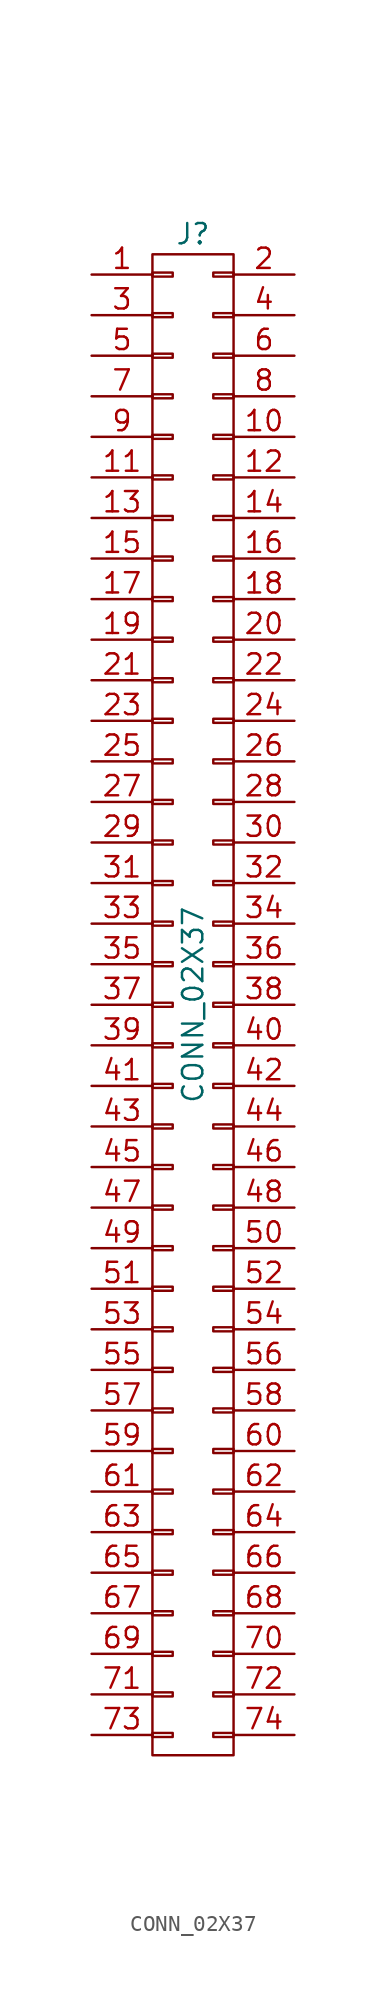
<source format=kicad_sym>
(kicad_symbol_lib
  (version 20211014)
  (generator kicad_symbol_editor)
  (symbol "CONN_02X37"
    (pin_names
      (offset 0.025) hide)
    (property "Reference" "J"
      (at 0 48.26 0)
      (effects (font (size 1.27 1.27))))
    (property "Value" "CONN_02X37"
      (at 0 0 90)
      (effects (font (size 1.27 1.27))))
    (symbol "CONN_02X37_0_1"
      (rectangle (start -2.54 -45.593) (end -1.27 -45.847) (stroke (width 0) (type default) (color 0 0 0 0)) (fill (type none)))
      (rectangle (start -2.54 -43.053) (end -1.27 -43.307) (stroke (width 0) (type default) (color 0 0 0 0)) (fill (type none)))
      (rectangle (start -2.54 -40.513) (end -1.27 -40.767) (stroke (width 0) (type default) (color 0 0 0 0)) (fill (type none)))
      (rectangle (start -2.54 -37.973) (end -1.27 -38.227) (stroke (width 0) (type default) (color 0 0 0 0)) (fill (type none)))
      (rectangle (start -2.54 -35.433) (end -1.27 -35.687) (stroke (width 0) (type default) (color 0 0 0 0)) (fill (type none)))
      (rectangle (start -2.54 -32.893) (end -1.27 -33.147) (stroke (width 0) (type default) (color 0 0 0 0)) (fill (type none)))
      (rectangle (start -2.54 -30.353) (end -1.27 -30.607) (stroke (width 0) (type default) (color 0 0 0 0)) (fill (type none)))
      (rectangle (start -2.54 -27.813) (end -1.27 -28.067) (stroke (width 0) (type default) (color 0 0 0 0)) (fill (type none)))
      (rectangle (start -2.54 -25.273) (end -1.27 -25.527) (stroke (width 0) (type default) (color 0 0 0 0)) (fill (type none)))
      (rectangle (start -2.54 -22.733) (end -1.27 -22.987) (stroke (width 0) (type default) (color 0 0 0 0)) (fill (type none)))
      (rectangle (start -2.54 -20.193) (end -1.27 -20.447) (stroke (width 0) (type default) (color 0 0 0 0)) (fill (type none)))
      (rectangle (start -2.54 -17.653) (end -1.27 -17.907) (stroke (width 0) (type default) (color 0 0 0 0)) (fill (type none)))
      (rectangle (start -2.54 -15.113) (end -1.27 -15.367) (stroke (width 0) (type default) (color 0 0 0 0)) (fill (type none)))
      (rectangle (start -2.54 -12.573) (end -1.27 -12.827) (stroke (width 0) (type default) (color 0 0 0 0)) (fill (type none)))
      (rectangle (start -2.54 -10.033) (end -1.27 -10.287) (stroke (width 0) (type default) (color 0 0 0 0)) (fill (type none)))
      (rectangle (start -2.54 -7.493) (end -1.27 -7.747) (stroke (width 0) (type default) (color 0 0 0 0)) (fill (type none)))
      (rectangle (start -2.54 -4.953) (end -1.27 -5.207) (stroke (width 0) (type default) (color 0 0 0 0)) (fill (type none)))
      (rectangle (start -2.54 -2.413) (end -1.27 -2.667) (stroke (width 0) (type default) (color 0 0 0 0)) (fill (type none)))
      (rectangle (start -2.54 0.127) (end -1.27 -0.127) (stroke (width 0) (type default) (color 0 0 0 0)) (fill (type none)))
      (rectangle (start -2.54 2.667) (end -1.27 2.413) (stroke (width 0) (type default) (color 0 0 0 0)) (fill (type none)))
      (rectangle (start -2.54 5.207) (end -1.27 4.953) (stroke (width 0) (type default) (color 0 0 0 0)) (fill (type none)))
      (rectangle (start -2.54 7.747) (end -1.27 7.493) (stroke (width 0) (type default) (color 0 0 0 0)) (fill (type none)))
      (rectangle (start -2.54 10.287) (end -1.27 10.033) (stroke (width 0) (type default) (color 0 0 0 0)) (fill (type none)))
      (rectangle (start -2.54 12.827) (end -1.27 12.573) (stroke (width 0) (type default) (color 0 0 0 0)) (fill (type none)))
      (rectangle (start -2.54 15.367) (end -1.27 15.113) (stroke (width 0) (type default) (color 0 0 0 0)) (fill (type none)))
      (rectangle (start -2.54 17.907) (end -1.27 17.653) (stroke (width 0) (type default) (color 0 0 0 0)) (fill (type none)))
      (rectangle (start -2.54 20.447) (end -1.27 20.193) (stroke (width 0) (type default) (color 0 0 0 0)) (fill (type none)))
      (rectangle (start -2.54 22.987) (end -1.27 22.733) (stroke (width 0) (type default) (color 0 0 0 0)) (fill (type none)))
      (rectangle (start -2.54 25.527) (end -1.27 25.273) (stroke (width 0) (type default) (color 0 0 0 0)) (fill (type none)))
      (rectangle (start -2.54 28.067) (end -1.27 27.813) (stroke (width 0) (type default) (color 0 0 0 0)) (fill (type none)))
      (rectangle (start -2.54 30.607) (end -1.27 30.353) (stroke (width 0) (type default) (color 0 0 0 0)) (fill (type none)))
      (rectangle (start -2.54 33.147) (end -1.27 32.893) (stroke (width 0) (type default) (color 0 0 0 0)) (fill (type none)))
      (rectangle (start -2.54 35.687) (end -1.27 35.433) (stroke (width 0) (type default) (color 0 0 0 0)) (fill (type none)))
      (rectangle (start -2.54 38.227) (end -1.27 37.973) (stroke (width 0) (type default) (color 0 0 0 0)) (fill (type none)))
      (rectangle (start -2.54 40.767) (end -1.27 40.513) (stroke (width 0) (type default) (color 0 0 0 0)) (fill (type none)))
      (rectangle (start -2.54 43.307) (end -1.27 43.053) (stroke (width 0) (type default) (color 0 0 0 0)) (fill (type none)))
      (rectangle (start -2.54 45.847) (end -1.27 45.593) (stroke (width 0) (type default) (color 0 0 0 0)) (fill (type none)))
      (rectangle (start -2.54 46.99) (end 2.54 -46.99) (stroke (width 0) (type default) (color 0 0 0 0)) (fill (type none)))
      (rectangle (start 1.27 -45.593) (end 2.54 -45.847) (stroke (width 0) (type default) (color 0 0 0 0)) (fill (type none)))
      (rectangle (start 1.27 -43.053) (end 2.54 -43.307) (stroke (width 0) (type default) (color 0 0 0 0)) (fill (type none)))
      (rectangle (start 1.27 -40.513) (end 2.54 -40.767) (stroke (width 0) (type default) (color 0 0 0 0)) (fill (type none)))
      (rectangle (start 1.27 -37.973) (end 2.54 -38.227) (stroke (width 0) (type default) (color 0 0 0 0)) (fill (type none)))
      (rectangle (start 1.27 -35.433) (end 2.54 -35.687) (stroke (width 0) (type default) (color 0 0 0 0)) (fill (type none)))
      (rectangle (start 1.27 -32.893) (end 2.54 -33.147) (stroke (width 0) (type default) (color 0 0 0 0)) (fill (type none)))
      (rectangle (start 1.27 -30.353) (end 2.54 -30.607) (stroke (width 0) (type default) (color 0 0 0 0)) (fill (type none)))
      (rectangle (start 1.27 -27.813) (end 2.54 -28.067) (stroke (width 0) (type default) (color 0 0 0 0)) (fill (type none)))
      (rectangle (start 1.27 -25.273) (end 2.54 -25.527) (stroke (width 0) (type default) (color 0 0 0 0)) (fill (type none)))
      (rectangle (start 1.27 -22.733) (end 2.54 -22.987) (stroke (width 0) (type default) (color 0 0 0 0)) (fill (type none)))
      (rectangle (start 1.27 -20.193) (end 2.54 -20.447) (stroke (width 0) (type default) (color 0 0 0 0)) (fill (type none)))
      (rectangle (start 1.27 -17.653) (end 2.54 -17.907) (stroke (width 0) (type default) (color 0 0 0 0)) (fill (type none)))
      (rectangle (start 1.27 -15.113) (end 2.54 -15.367) (stroke (width 0) (type default) (color 0 0 0 0)) (fill (type none)))
      (rectangle (start 1.27 -12.573) (end 2.54 -12.827) (stroke (width 0) (type default) (color 0 0 0 0)) (fill (type none)))
      (rectangle (start 1.27 -10.033) (end 2.54 -10.287) (stroke (width 0) (type default) (color 0 0 0 0)) (fill (type none)))
      (rectangle (start 1.27 -7.493) (end 2.54 -7.747) (stroke (width 0) (type default) (color 0 0 0 0)) (fill (type none)))
      (rectangle (start 1.27 -4.953) (end 2.54 -5.207) (stroke (width 0) (type default) (color 0 0 0 0)) (fill (type none)))
      (rectangle (start 1.27 -2.413) (end 2.54 -2.667) (stroke (width 0) (type default) (color 0 0 0 0)) (fill (type none)))
      (rectangle (start 1.27 0.127) (end 2.54 -0.127) (stroke (width 0) (type default) (color 0 0 0 0)) (fill (type none)))
      (rectangle (start 1.27 2.667) (end 2.54 2.413) (stroke (width 0) (type default) (color 0 0 0 0)) (fill (type none)))
      (rectangle (start 1.27 5.207) (end 2.54 4.953) (stroke (width 0) (type default) (color 0 0 0 0)) (fill (type none)))
      (rectangle (start 1.27 7.747) (end 2.54 7.493) (stroke (width 0) (type default) (color 0 0 0 0)) (fill (type none)))
      (rectangle (start 1.27 10.287) (end 2.54 10.033) (stroke (width 0) (type default) (color 0 0 0 0)) (fill (type none)))
      (rectangle (start 1.27 12.827) (end 2.54 12.573) (stroke (width 0) (type default) (color 0 0 0 0)) (fill (type none)))
      (rectangle (start 1.27 15.367) (end 2.54 15.113) (stroke (width 0) (type default) (color 0 0 0 0)) (fill (type none)))
      (rectangle (start 1.27 17.907) (end 2.54 17.653) (stroke (width 0) (type default) (color 0 0 0 0)) (fill (type none)))
      (rectangle (start 1.27 20.447) (end 2.54 20.193) (stroke (width 0) (type default) (color 0 0 0 0)) (fill (type none)))
      (rectangle (start 1.27 22.987) (end 2.54 22.733) (stroke (width 0) (type default) (color 0 0 0 0)) (fill (type none)))
      (rectangle (start 1.27 25.527) (end 2.54 25.273) (stroke (width 0) (type default) (color 0 0 0 0)) (fill (type none)))
      (rectangle (start 1.27 28.067) (end 2.54 27.813) (stroke (width 0) (type default) (color 0 0 0 0)) (fill (type none)))
      (rectangle (start 1.27 30.607) (end 2.54 30.353) (stroke (width 0) (type default) (color 0 0 0 0)) (fill (type none)))
      (rectangle (start 1.27 33.147) (end 2.54 32.893) (stroke (width 0) (type default) (color 0 0 0 0)) (fill (type none)))
      (rectangle (start 1.27 35.687) (end 2.54 35.433) (stroke (width 0) (type default) (color 0 0 0 0)) (fill (type none)))
      (rectangle (start 1.27 38.227) (end 2.54 37.973) (stroke (width 0) (type default) (color 0 0 0 0)) (fill (type none)))
      (rectangle (start 1.27 40.767) (end 2.54 40.513) (stroke (width 0) (type default) (color 0 0 0 0)) (fill (type none)))
      (rectangle (start 1.27 43.307) (end 2.54 43.053) (stroke (width 0) (type default) (color 0 0 0 0)) (fill (type none)))
      (rectangle (start 1.27 45.847) (end 2.54 45.593) (stroke (width 0) (type default) (color 0 0 0 0)) (fill (type none))))
    (symbol "CONN_02X37_1_1"
      (pin passive line (at -6.35 45.72 0) (length 3.81) (name "P1" (effects (font (size 1.27 1.27)))) (number "1" (effects (font (size 1.27 1.27)))))
      (pin passive line (at 6.35 35.56 180) (length 3.81) (name "P10" (effects (font (size 1.27 1.27)))) (number "10" (effects (font (size 1.27 1.27)))))
      (pin passive line (at -6.35 33.02 0) (length 3.81) (name "P11" (effects (font (size 1.27 1.27)))) (number "11" (effects (font (size 1.27 1.27)))))
      (pin passive line (at 6.35 33.02 180) (length 3.81) (name "P12" (effects (font (size 1.27 1.27)))) (number "12" (effects (font (size 1.27 1.27)))))
      (pin passive line (at -6.35 30.48 0) (length 3.81) (name "P13" (effects (font (size 1.27 1.27)))) (number "13" (effects (font (size 1.27 1.27)))))
      (pin passive line (at 6.35 30.48 180) (length 3.81) (name "P14" (effects (font (size 1.27 1.27)))) (number "14" (effects (font (size 1.27 1.27)))))
      (pin passive line (at -6.35 27.94 0) (length 3.81) (name "P15" (effects (font (size 1.27 1.27)))) (number "15" (effects (font (size 1.27 1.27)))))
      (pin passive line (at 6.35 27.94 180) (length 3.81) (name "P16" (effects (font (size 1.27 1.27)))) (number "16" (effects (font (size 1.27 1.27)))))
      (pin passive line (at -6.35 25.4 0) (length 3.81) (name "P17" (effects (font (size 1.27 1.27)))) (number "17" (effects (font (size 1.27 1.27)))))
      (pin passive line (at 6.35 25.4 180) (length 3.81) (name "P18" (effects (font (size 1.27 1.27)))) (number "18" (effects (font (size 1.27 1.27)))))
      (pin passive line (at -6.35 22.86 0) (length 3.81) (name "P19" (effects (font (size 1.27 1.27)))) (number "19" (effects (font (size 1.27 1.27)))))
      (pin passive line (at 6.35 45.72 180) (length 3.81) (name "P2" (effects (font (size 1.27 1.27)))) (number "2" (effects (font (size 1.27 1.27)))))
      (pin passive line (at 6.35 22.86 180) (length 3.81) (name "P20" (effects (font (size 1.27 1.27)))) (number "20" (effects (font (size 1.27 1.27)))))
      (pin passive line (at -6.35 20.32 0) (length 3.81) (name "P21" (effects (font (size 1.27 1.27)))) (number "21" (effects (font (size 1.27 1.27)))))
      (pin passive line (at 6.35 20.32 180) (length 3.81) (name "P22" (effects (font (size 1.27 1.27)))) (number "22" (effects (font (size 1.27 1.27)))))
      (pin passive line (at -6.35 17.78 0) (length 3.81) (name "P23" (effects (font (size 1.27 1.27)))) (number "23" (effects (font (size 1.27 1.27)))))
      (pin passive line (at 6.35 17.78 180) (length 3.81) (name "P24" (effects (font (size 1.27 1.27)))) (number "24" (effects (font (size 1.27 1.27)))))
      (pin passive line (at -6.35 15.24 0) (length 3.81) (name "P25" (effects (font (size 1.27 1.27)))) (number "25" (effects (font (size 1.27 1.27)))))
      (pin passive line (at 6.35 15.24 180) (length 3.81) (name "P26" (effects (font (size 1.27 1.27)))) (number "26" (effects (font (size 1.27 1.27)))))
      (pin passive line (at -6.35 12.7 0) (length 3.81) (name "P27" (effects (font (size 1.27 1.27)))) (number "27" (effects (font (size 1.27 1.27)))))
      (pin passive line (at 6.35 12.7 180) (length 3.81) (name "P28" (effects (font (size 1.27 1.27)))) (number "28" (effects (font (size 1.27 1.27)))))
      (pin passive line (at -6.35 10.16 0) (length 3.81) (name "P29" (effects (font (size 1.27 1.27)))) (number "29" (effects (font (size 1.27 1.27)))))
      (pin passive line (at -6.35 43.18 0) (length 3.81) (name "P3" (effects (font (size 1.27 1.27)))) (number "3" (effects (font (size 1.27 1.27)))))
      (pin passive line (at 6.35 10.16 180) (length 3.81) (name "P30" (effects (font (size 1.27 1.27)))) (number "30" (effects (font (size 1.27 1.27)))))
      (pin passive line (at -6.35 7.62 0) (length 3.81) (name "P31" (effects (font (size 1.27 1.27)))) (number "31" (effects (font (size 1.27 1.27)))))
      (pin passive line (at 6.35 7.62 180) (length 3.81) (name "P32" (effects (font (size 1.27 1.27)))) (number "32" (effects (font (size 1.27 1.27)))))
      (pin passive line (at -6.35 5.08 0) (length 3.81) (name "P33" (effects (font (size 1.27 1.27)))) (number "33" (effects (font (size 1.27 1.27)))))
      (pin passive line (at 6.35 5.08 180) (length 3.81) (name "P34" (effects (font (size 1.27 1.27)))) (number "34" (effects (font (size 1.27 1.27)))))
      (pin passive line (at -6.35 2.54 0) (length 3.81) (name "P35" (effects (font (size 1.27 1.27)))) (number "35" (effects (font (size 1.27 1.27)))))
      (pin passive line (at 6.35 2.54 180) (length 3.81) (name "P36" (effects (font (size 1.27 1.27)))) (number "36" (effects (font (size 1.27 1.27)))))
      (pin passive line (at -6.35 0 0) (length 3.81) (name "P37" (effects (font (size 1.27 1.27)))) (number "37" (effects (font (size 1.27 1.27)))))
      (pin passive line (at 6.35 0 180) (length 3.81) (name "P38" (effects (font (size 1.27 1.27)))) (number "38" (effects (font (size 1.27 1.27)))))
      (pin passive line (at -6.35 -2.54 0) (length 3.81) (name "P39" (effects (font (size 1.27 1.27)))) (number "39" (effects (font (size 1.27 1.27)))))
      (pin passive line (at 6.35 43.18 180) (length 3.81) (name "P4" (effects (font (size 1.27 1.27)))) (number "4" (effects (font (size 1.27 1.27)))))
      (pin passive line (at 6.35 -2.54 180) (length 3.81) (name "P40" (effects (font (size 1.27 1.27)))) (number "40" (effects (font (size 1.27 1.27)))))
      (pin passive line (at -6.35 -5.08 0) (length 3.81) (name "P41" (effects (font (size 1.27 1.27)))) (number "41" (effects (font (size 1.27 1.27)))))
      (pin passive line (at 6.35 -5.08 180) (length 3.81) (name "P42" (effects (font (size 1.27 1.27)))) (number "42" (effects (font (size 1.27 1.27)))))
      (pin passive line (at -6.35 -7.62 0) (length 3.81) (name "P43" (effects (font (size 1.27 1.27)))) (number "43" (effects (font (size 1.27 1.27)))))
      (pin passive line (at 6.35 -7.62 180) (length 3.81) (name "P44" (effects (font (size 1.27 1.27)))) (number "44" (effects (font (size 1.27 1.27)))))
      (pin passive line (at -6.35 -10.16 0) (length 3.81) (name "P45" (effects (font (size 1.27 1.27)))) (number "45" (effects (font (size 1.27 1.27)))))
      (pin passive line (at 6.35 -10.16 180) (length 3.81) (name "P46" (effects (font (size 1.27 1.27)))) (number "46" (effects (font (size 1.27 1.27)))))
      (pin passive line (at -6.35 -12.7 0) (length 3.81) (name "P47" (effects (font (size 1.27 1.27)))) (number "47" (effects (font (size 1.27 1.27)))))
      (pin passive line (at 6.35 -12.7 180) (length 3.81) (name "P48" (effects (font (size 1.27 1.27)))) (number "48" (effects (font (size 1.27 1.27)))))
      (pin passive line (at -6.35 -15.24 0) (length 3.81) (name "P49" (effects (font (size 1.27 1.27)))) (number "49" (effects (font (size 1.27 1.27)))))
      (pin passive line (at -6.35 40.64 0) (length 3.81) (name "P5" (effects (font (size 1.27 1.27)))) (number "5" (effects (font (size 1.27 1.27)))))
      (pin passive line (at 6.35 -15.24 180) (length 3.81) (name "P50" (effects (font (size 1.27 1.27)))) (number "50" (effects (font (size 1.27 1.27)))))
      (pin passive line (at -6.35 -17.78 0) (length 3.81) (name "P51" (effects (font (size 1.27 1.27)))) (number "51" (effects (font (size 1.27 1.27)))))
      (pin passive line (at 6.35 -17.78 180) (length 3.81) (name "P52" (effects (font (size 1.27 1.27)))) (number "52" (effects (font (size 1.27 1.27)))))
      (pin passive line (at -6.35 -20.32 0) (length 3.81) (name "P53" (effects (font (size 1.27 1.27)))) (number "53" (effects (font (size 1.27 1.27)))))
      (pin passive line (at 6.35 -20.32 180) (length 3.81) (name "P54" (effects (font (size 1.27 1.27)))) (number "54" (effects (font (size 1.27 1.27)))))
      (pin passive line (at -6.35 -22.86 0) (length 3.81) (name "P55" (effects (font (size 1.27 1.27)))) (number "55" (effects (font (size 1.27 1.27)))))
      (pin passive line (at 6.35 -22.86 180) (length 3.81) (name "P56" (effects (font (size 1.27 1.27)))) (number "56" (effects (font (size 1.27 1.27)))))
      (pin passive line (at -6.35 -25.4 0) (length 3.81) (name "P57" (effects (font (size 1.27 1.27)))) (number "57" (effects (font (size 1.27 1.27)))))
      (pin passive line (at 6.35 -25.4 180) (length 3.81) (name "P58" (effects (font (size 1.27 1.27)))) (number "58" (effects (font (size 1.27 1.27)))))
      (pin passive line (at -6.35 -27.94 0) (length 3.81) (name "P59" (effects (font (size 1.27 1.27)))) (number "59" (effects (font (size 1.27 1.27)))))
      (pin passive line (at 6.35 40.64 180) (length 3.81) (name "P6" (effects (font (size 1.27 1.27)))) (number "6" (effects (font (size 1.27 1.27)))))
      (pin passive line (at 6.35 -27.94 180) (length 3.81) (name "P60" (effects (font (size 1.27 1.27)))) (number "60" (effects (font (size 1.27 1.27)))))
      (pin passive line (at -6.35 -30.48 0) (length 3.81) (name "P61" (effects (font (size 1.27 1.27)))) (number "61" (effects (font (size 1.27 1.27)))))
      (pin passive line (at 6.35 -30.48 180) (length 3.81) (name "P62" (effects (font (size 1.27 1.27)))) (number "62" (effects (font (size 1.27 1.27)))))
      (pin passive line (at -6.35 -33.02 0) (length 3.81) (name "P63" (effects (font (size 1.27 1.27)))) (number "63" (effects (font (size 1.27 1.27)))))
      (pin passive line (at 6.35 -33.02 180) (length 3.81) (name "P64" (effects (font (size 1.27 1.27)))) (number "64" (effects (font (size 1.27 1.27)))))
      (pin passive line (at -6.35 -35.56 0) (length 3.81) (name "P65" (effects (font (size 1.27 1.27)))) (number "65" (effects (font (size 1.27 1.27)))))
      (pin passive line (at 6.35 -35.56 180) (length 3.81) (name "P66" (effects (font (size 1.27 1.27)))) (number "66" (effects (font (size 1.27 1.27)))))
      (pin passive line (at -6.35 -38.1 0) (length 3.81) (name "P67" (effects (font (size 1.27 1.27)))) (number "67" (effects (font (size 1.27 1.27)))))
      (pin passive line (at 6.35 -38.1 180) (length 3.81) (name "P68" (effects (font (size 1.27 1.27)))) (number "68" (effects (font (size 1.27 1.27)))))
      (pin passive line (at -6.35 -40.64 0) (length 3.81) (name "P69" (effects (font (size 1.27 1.27)))) (number "69" (effects (font (size 1.27 1.27)))))
      (pin passive line (at -6.35 38.1 0) (length 3.81) (name "P7" (effects (font (size 1.27 1.27)))) (number "7" (effects (font (size 1.27 1.27)))))
      (pin passive line (at 6.35 -40.64 180) (length 3.81) (name "P70" (effects (font (size 1.27 1.27)))) (number "70" (effects (font (size 1.27 1.27)))))
      (pin passive line (at -6.35 -43.18 0) (length 3.81) (name "P71" (effects (font (size 1.27 1.27)))) (number "71" (effects (font (size 1.27 1.27)))))
      (pin passive line (at 6.35 -43.18 180) (length 3.81) (name "P72" (effects (font (size 1.27 1.27)))) (number "72" (effects (font (size 1.27 1.27)))))
      (pin passive line (at -6.35 -45.72 0) (length 3.81) (name "P73" (effects (font (size 1.27 1.27)))) (number "73" (effects (font (size 1.27 1.27)))))
      (pin passive line (at 6.35 -45.72 180) (length 3.81) (name "P74" (effects (font (size 1.27 1.27)))) (number "74" (effects (font (size 1.27 1.27)))))
      (pin passive line (at 6.35 38.1 180) (length 3.81) (name "P8" (effects (font (size 1.27 1.27)))) (number "8" (effects (font (size 1.27 1.27)))))
      (pin passive line (at -6.35 35.56 0) (length 3.81) (name "P9" (effects (font (size 1.27 1.27)))) (number "9" (effects (font (size 1.27 1.27))))))))
</source>
